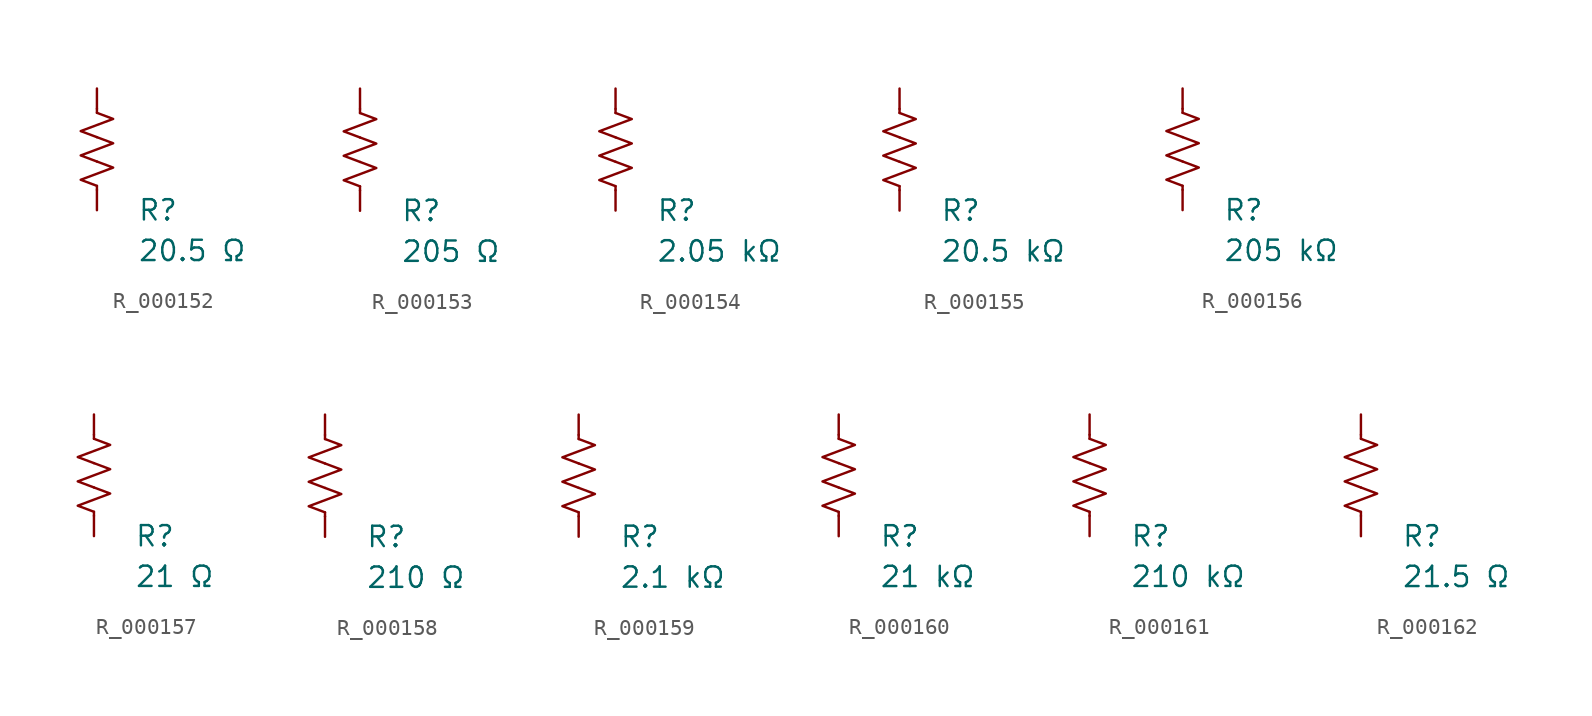
<source format=kicad_sym>
(kicad_symbol_lib
  (version 20231120)
  (generator "kicad_symbol_editor")
  (generator_version "8.0")
  (symbol "R_000152"
    (pin_numbers hide)
    (pin_names
      (offset 0))
    (property "Reference" "R"
      (at 2.54 -3.81 0)
      (effects (font (size 1.27 1.27)) (justify left))
      (show_name no))
    (property "Value" "20.5 Ω"
      (at 2.54 -6.35 0)
      (effects (font (size 1.27 1.27)) (justify left))
      (show_name no))
    (symbol "R_000152_0_1"
      (polyline (pts (xy 0 -2.286) (xy 0 -2.54)) (stroke (width 0) (type default)) (fill (type none)))
      (polyline (pts (xy 0 2.286) (xy 0 2.54)) (stroke (width 0) (type default)) (fill (type none)))
      (polyline (pts (xy 0 -0.762) (xy 1.016 -1.143) (xy 0 -1.524) (xy -1.016 -1.905) (xy 0 -2.286)) (stroke (width 0) (type default)) (fill (type none)))
      (polyline (pts (xy 0 0.762) (xy 1.016 0.381) (xy 0 0) (xy -1.016 -0.381) (xy 0 -0.762)) (stroke (width 0) (type default)) (fill (type none)))
      (polyline (pts (xy 0 2.286) (xy 1.016 1.905) (xy 0 1.524) (xy -1.016 1.143) (xy 0 0.762)) (stroke (width 0) (type default)) (fill (type none))))
    (symbol "R_000152_1_1"
      (pin passive line (at 0 3.81 270) (length 1.27) (name "~" (effects (font (size 1.27 1.27)))) (number "1" (effects (font (size 1.27 1.27)))))
      (pin passive line (at 0 -3.81 90) (length 1.27) (name "~" (effects (font (size 1.27 1.27)))) (number "2" (effects (font (size 1.27 1.27)))))))
  (symbol "R_000153"
    (pin_numbers hide)
    (pin_names
      (offset 0))
    (property "Reference" "R"
      (at 2.54 -3.81 0)
      (effects (font (size 1.27 1.27)) (justify left))
      (show_name no))
    (property "Value" "205 Ω"
      (at 2.54 -6.35 0)
      (effects (font (size 1.27 1.27)) (justify left))
      (show_name no))
    (symbol "R_000153_0_1"
      (polyline (pts (xy 0 -2.286) (xy 0 -2.54)) (stroke (width 0) (type default)) (fill (type none)))
      (polyline (pts (xy 0 2.286) (xy 0 2.54)) (stroke (width 0) (type default)) (fill (type none)))
      (polyline (pts (xy 0 -0.762) (xy 1.016 -1.143) (xy 0 -1.524) (xy -1.016 -1.905) (xy 0 -2.286)) (stroke (width 0) (type default)) (fill (type none)))
      (polyline (pts (xy 0 0.762) (xy 1.016 0.381) (xy 0 0) (xy -1.016 -0.381) (xy 0 -0.762)) (stroke (width 0) (type default)) (fill (type none)))
      (polyline (pts (xy 0 2.286) (xy 1.016 1.905) (xy 0 1.524) (xy -1.016 1.143) (xy 0 0.762)) (stroke (width 0) (type default)) (fill (type none))))
    (symbol "R_000153_1_1"
      (pin passive line (at 0 3.81 270) (length 1.27) (name "~" (effects (font (size 1.27 1.27)))) (number "1" (effects (font (size 1.27 1.27)))))
      (pin passive line (at 0 -3.81 90) (length 1.27) (name "~" (effects (font (size 1.27 1.27)))) (number "2" (effects (font (size 1.27 1.27)))))))
  (symbol "R_000154"
    (pin_numbers hide)
    (pin_names
      (offset 0))
    (property "Reference" "R"
      (at 2.54 -3.81 0)
      (effects (font (size 1.27 1.27)) (justify left))
      (show_name no))
    (property "Value" "2.05 kΩ"
      (at 2.54 -6.35 0)
      (effects (font (size 1.27 1.27)) (justify left))
      (show_name no))
    (symbol "R_000154_0_1"
      (polyline (pts (xy 0 -2.286) (xy 0 -2.54)) (stroke (width 0) (type default)) (fill (type none)))
      (polyline (pts (xy 0 2.286) (xy 0 2.54)) (stroke (width 0) (type default)) (fill (type none)))
      (polyline (pts (xy 0 -0.762) (xy 1.016 -1.143) (xy 0 -1.524) (xy -1.016 -1.905) (xy 0 -2.286)) (stroke (width 0) (type default)) (fill (type none)))
      (polyline (pts (xy 0 0.762) (xy 1.016 0.381) (xy 0 0) (xy -1.016 -0.381) (xy 0 -0.762)) (stroke (width 0) (type default)) (fill (type none)))
      (polyline (pts (xy 0 2.286) (xy 1.016 1.905) (xy 0 1.524) (xy -1.016 1.143) (xy 0 0.762)) (stroke (width 0) (type default)) (fill (type none))))
    (symbol "R_000154_1_1"
      (pin passive line (at 0 3.81 270) (length 1.27) (name "~" (effects (font (size 1.27 1.27)))) (number "1" (effects (font (size 1.27 1.27)))))
      (pin passive line (at 0 -3.81 90) (length 1.27) (name "~" (effects (font (size 1.27 1.27)))) (number "2" (effects (font (size 1.27 1.27)))))))
  (symbol "R_000155"
    (pin_numbers hide)
    (pin_names
      (offset 0))
    (property "Reference" "R"
      (at 2.54 -3.81 0)
      (effects (font (size 1.27 1.27)) (justify left))
      (show_name no))
    (property "Value" "20.5 kΩ"
      (at 2.54 -6.35 0)
      (effects (font (size 1.27 1.27)) (justify left))
      (show_name no))
    (symbol "R_000155_0_1"
      (polyline (pts (xy 0 -2.286) (xy 0 -2.54)) (stroke (width 0) (type default)) (fill (type none)))
      (polyline (pts (xy 0 2.286) (xy 0 2.54)) (stroke (width 0) (type default)) (fill (type none)))
      (polyline (pts (xy 0 -0.762) (xy 1.016 -1.143) (xy 0 -1.524) (xy -1.016 -1.905) (xy 0 -2.286)) (stroke (width 0) (type default)) (fill (type none)))
      (polyline (pts (xy 0 0.762) (xy 1.016 0.381) (xy 0 0) (xy -1.016 -0.381) (xy 0 -0.762)) (stroke (width 0) (type default)) (fill (type none)))
      (polyline (pts (xy 0 2.286) (xy 1.016 1.905) (xy 0 1.524) (xy -1.016 1.143) (xy 0 0.762)) (stroke (width 0) (type default)) (fill (type none))))
    (symbol "R_000155_1_1"
      (pin passive line (at 0 3.81 270) (length 1.27) (name "~" (effects (font (size 1.27 1.27)))) (number "1" (effects (font (size 1.27 1.27)))))
      (pin passive line (at 0 -3.81 90) (length 1.27) (name "~" (effects (font (size 1.27 1.27)))) (number "2" (effects (font (size 1.27 1.27)))))))
  (symbol "R_000156"
    (pin_numbers hide)
    (pin_names
      (offset 0))
    (property "Reference" "R"
      (at 2.54 -3.81 0)
      (effects (font (size 1.27 1.27)) (justify left))
      (show_name no))
    (property "Value" "205 kΩ"
      (at 2.54 -6.35 0)
      (effects (font (size 1.27 1.27)) (justify left))
      (show_name no))
    (symbol "R_000156_0_1"
      (polyline (pts (xy 0 -2.286) (xy 0 -2.54)) (stroke (width 0) (type default)) (fill (type none)))
      (polyline (pts (xy 0 2.286) (xy 0 2.54)) (stroke (width 0) (type default)) (fill (type none)))
      (polyline (pts (xy 0 -0.762) (xy 1.016 -1.143) (xy 0 -1.524) (xy -1.016 -1.905) (xy 0 -2.286)) (stroke (width 0) (type default)) (fill (type none)))
      (polyline (pts (xy 0 0.762) (xy 1.016 0.381) (xy 0 0) (xy -1.016 -0.381) (xy 0 -0.762)) (stroke (width 0) (type default)) (fill (type none)))
      (polyline (pts (xy 0 2.286) (xy 1.016 1.905) (xy 0 1.524) (xy -1.016 1.143) (xy 0 0.762)) (stroke (width 0) (type default)) (fill (type none))))
    (symbol "R_000156_1_1"
      (pin passive line (at 0 3.81 270) (length 1.27) (name "~" (effects (font (size 1.27 1.27)))) (number "1" (effects (font (size 1.27 1.27)))))
      (pin passive line (at 0 -3.81 90) (length 1.27) (name "~" (effects (font (size 1.27 1.27)))) (number "2" (effects (font (size 1.27 1.27)))))))
  (symbol "R_000157"
    (pin_numbers hide)
    (pin_names
      (offset 0))
    (property "Reference" "R"
      (at 2.54 -3.81 0)
      (effects (font (size 1.27 1.27)) (justify left))
      (show_name no))
    (property "Value" "21 Ω"
      (at 2.54 -6.35 0)
      (effects (font (size 1.27 1.27)) (justify left))
      (show_name no))
    (symbol "R_000157_0_1"
      (polyline (pts (xy 0 -2.286) (xy 0 -2.54)) (stroke (width 0) (type default)) (fill (type none)))
      (polyline (pts (xy 0 2.286) (xy 0 2.54)) (stroke (width 0) (type default)) (fill (type none)))
      (polyline (pts (xy 0 -0.762) (xy 1.016 -1.143) (xy 0 -1.524) (xy -1.016 -1.905) (xy 0 -2.286)) (stroke (width 0) (type default)) (fill (type none)))
      (polyline (pts (xy 0 0.762) (xy 1.016 0.381) (xy 0 0) (xy -1.016 -0.381) (xy 0 -0.762)) (stroke (width 0) (type default)) (fill (type none)))
      (polyline (pts (xy 0 2.286) (xy 1.016 1.905) (xy 0 1.524) (xy -1.016 1.143) (xy 0 0.762)) (stroke (width 0) (type default)) (fill (type none))))
    (symbol "R_000157_1_1"
      (pin passive line (at 0 3.81 270) (length 1.27) (name "~" (effects (font (size 1.27 1.27)))) (number "1" (effects (font (size 1.27 1.27)))))
      (pin passive line (at 0 -3.81 90) (length 1.27) (name "~" (effects (font (size 1.27 1.27)))) (number "2" (effects (font (size 1.27 1.27)))))))
  (symbol "R_000158"
    (pin_numbers hide)
    (pin_names
      (offset 0))
    (property "Reference" "R"
      (at 2.54 -3.81 0)
      (effects (font (size 1.27 1.27)) (justify left))
      (show_name no))
    (property "Value" "210 Ω"
      (at 2.54 -6.35 0)
      (effects (font (size 1.27 1.27)) (justify left))
      (show_name no))
    (symbol "R_000158_0_1"
      (polyline (pts (xy 0 -2.286) (xy 0 -2.54)) (stroke (width 0) (type default)) (fill (type none)))
      (polyline (pts (xy 0 2.286) (xy 0 2.54)) (stroke (width 0) (type default)) (fill (type none)))
      (polyline (pts (xy 0 -0.762) (xy 1.016 -1.143) (xy 0 -1.524) (xy -1.016 -1.905) (xy 0 -2.286)) (stroke (width 0) (type default)) (fill (type none)))
      (polyline (pts (xy 0 0.762) (xy 1.016 0.381) (xy 0 0) (xy -1.016 -0.381) (xy 0 -0.762)) (stroke (width 0) (type default)) (fill (type none)))
      (polyline (pts (xy 0 2.286) (xy 1.016 1.905) (xy 0 1.524) (xy -1.016 1.143) (xy 0 0.762)) (stroke (width 0) (type default)) (fill (type none))))
    (symbol "R_000158_1_1"
      (pin passive line (at 0 3.81 270) (length 1.27) (name "~" (effects (font (size 1.27 1.27)))) (number "1" (effects (font (size 1.27 1.27)))))
      (pin passive line (at 0 -3.81 90) (length 1.27) (name "~" (effects (font (size 1.27 1.27)))) (number "2" (effects (font (size 1.27 1.27)))))))
  (symbol "R_000159"
    (pin_numbers hide)
    (pin_names
      (offset 0))
    (property "Reference" "R"
      (at 2.54 -3.81 0)
      (effects (font (size 1.27 1.27)) (justify left))
      (show_name no))
    (property "Value" "2.1 kΩ"
      (at 2.54 -6.35 0)
      (effects (font (size 1.27 1.27)) (justify left))
      (show_name no))
    (symbol "R_000159_0_1"
      (polyline (pts (xy 0 -2.286) (xy 0 -2.54)) (stroke (width 0) (type default)) (fill (type none)))
      (polyline (pts (xy 0 2.286) (xy 0 2.54)) (stroke (width 0) (type default)) (fill (type none)))
      (polyline (pts (xy 0 -0.762) (xy 1.016 -1.143) (xy 0 -1.524) (xy -1.016 -1.905) (xy 0 -2.286)) (stroke (width 0) (type default)) (fill (type none)))
      (polyline (pts (xy 0 0.762) (xy 1.016 0.381) (xy 0 0) (xy -1.016 -0.381) (xy 0 -0.762)) (stroke (width 0) (type default)) (fill (type none)))
      (polyline (pts (xy 0 2.286) (xy 1.016 1.905) (xy 0 1.524) (xy -1.016 1.143) (xy 0 0.762)) (stroke (width 0) (type default)) (fill (type none))))
    (symbol "R_000159_1_1"
      (pin passive line (at 0 3.81 270) (length 1.27) (name "~" (effects (font (size 1.27 1.27)))) (number "1" (effects (font (size 1.27 1.27)))))
      (pin passive line (at 0 -3.81 90) (length 1.27) (name "~" (effects (font (size 1.27 1.27)))) (number "2" (effects (font (size 1.27 1.27)))))))
  (symbol "R_000160"
    (pin_numbers hide)
    (pin_names
      (offset 0))
    (property "Reference" "R"
      (at 2.54 -3.81 0)
      (effects (font (size 1.27 1.27)) (justify left))
      (show_name no))
    (property "Value" "21 kΩ"
      (at 2.54 -6.35 0)
      (effects (font (size 1.27 1.27)) (justify left))
      (show_name no))
    (symbol "R_000160_0_1"
      (polyline (pts (xy 0 -2.286) (xy 0 -2.54)) (stroke (width 0) (type default)) (fill (type none)))
      (polyline (pts (xy 0 2.286) (xy 0 2.54)) (stroke (width 0) (type default)) (fill (type none)))
      (polyline (pts (xy 0 -0.762) (xy 1.016 -1.143) (xy 0 -1.524) (xy -1.016 -1.905) (xy 0 -2.286)) (stroke (width 0) (type default)) (fill (type none)))
      (polyline (pts (xy 0 0.762) (xy 1.016 0.381) (xy 0 0) (xy -1.016 -0.381) (xy 0 -0.762)) (stroke (width 0) (type default)) (fill (type none)))
      (polyline (pts (xy 0 2.286) (xy 1.016 1.905) (xy 0 1.524) (xy -1.016 1.143) (xy 0 0.762)) (stroke (width 0) (type default)) (fill (type none))))
    (symbol "R_000160_1_1"
      (pin passive line (at 0 3.81 270) (length 1.27) (name "~" (effects (font (size 1.27 1.27)))) (number "1" (effects (font (size 1.27 1.27)))))
      (pin passive line (at 0 -3.81 90) (length 1.27) (name "~" (effects (font (size 1.27 1.27)))) (number "2" (effects (font (size 1.27 1.27)))))))
  (symbol "R_000161"
    (pin_numbers hide)
    (pin_names
      (offset 0))
    (property "Reference" "R"
      (at 2.54 -3.81 0)
      (effects (font (size 1.27 1.27)) (justify left))
      (show_name no))
    (property "Value" "210 kΩ"
      (at 2.54 -6.35 0)
      (effects (font (size 1.27 1.27)) (justify left))
      (show_name no))
    (symbol "R_000161_0_1"
      (polyline (pts (xy 0 -2.286) (xy 0 -2.54)) (stroke (width 0) (type default)) (fill (type none)))
      (polyline (pts (xy 0 2.286) (xy 0 2.54)) (stroke (width 0) (type default)) (fill (type none)))
      (polyline (pts (xy 0 -0.762) (xy 1.016 -1.143) (xy 0 -1.524) (xy -1.016 -1.905) (xy 0 -2.286)) (stroke (width 0) (type default)) (fill (type none)))
      (polyline (pts (xy 0 0.762) (xy 1.016 0.381) (xy 0 0) (xy -1.016 -0.381) (xy 0 -0.762)) (stroke (width 0) (type default)) (fill (type none)))
      (polyline (pts (xy 0 2.286) (xy 1.016 1.905) (xy 0 1.524) (xy -1.016 1.143) (xy 0 0.762)) (stroke (width 0) (type default)) (fill (type none))))
    (symbol "R_000161_1_1"
      (pin passive line (at 0 3.81 270) (length 1.27) (name "~" (effects (font (size 1.27 1.27)))) (number "1" (effects (font (size 1.27 1.27)))))
      (pin passive line (at 0 -3.81 90) (length 1.27) (name "~" (effects (font (size 1.27 1.27)))) (number "2" (effects (font (size 1.27 1.27)))))))
  (symbol "R_000162"
    (pin_numbers hide)
    (pin_names
      (offset 0))
    (property "Reference" "R"
      (at 2.54 -3.81 0)
      (effects (font (size 1.27 1.27)) (justify left))
      (show_name no))
    (property "Value" "21.5 Ω"
      (at 2.54 -6.35 0)
      (effects (font (size 1.27 1.27)) (justify left))
      (show_name no))
    (symbol "R_000162_0_1"
      (polyline (pts (xy 0 -2.286) (xy 0 -2.54)) (stroke (width 0) (type default)) (fill (type none)))
      (polyline (pts (xy 0 2.286) (xy 0 2.54)) (stroke (width 0) (type default)) (fill (type none)))
      (polyline (pts (xy 0 -0.762) (xy 1.016 -1.143) (xy 0 -1.524) (xy -1.016 -1.905) (xy 0 -2.286)) (stroke (width 0) (type default)) (fill (type none)))
      (polyline (pts (xy 0 0.762) (xy 1.016 0.381) (xy 0 0) (xy -1.016 -0.381) (xy 0 -0.762)) (stroke (width 0) (type default)) (fill (type none)))
      (polyline (pts (xy 0 2.286) (xy 1.016 1.905) (xy 0 1.524) (xy -1.016 1.143) (xy 0 0.762)) (stroke (width 0) (type default)) (fill (type none))))
    (symbol "R_000162_1_1"
      (pin passive line (at 0 3.81 270) (length 1.27) (name "~" (effects (font (size 1.27 1.27)))) (number "1" (effects (font (size 1.27 1.27)))))
      (pin passive line (at 0 -3.81 90) (length 1.27) (name "~" (effects (font (size 1.27 1.27)))) (number "2" (effects (font (size 1.27 1.27))))))))
</source>
